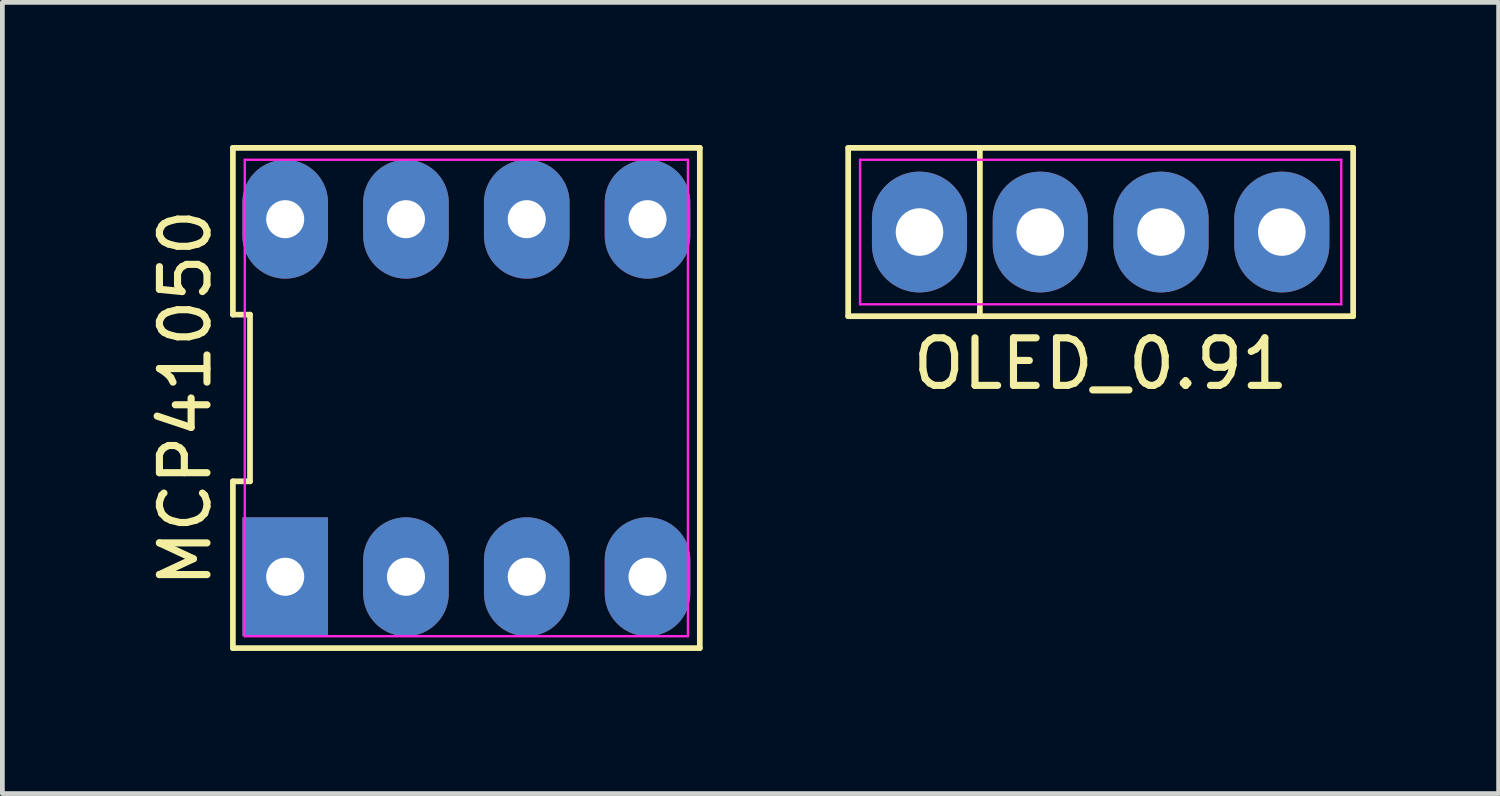
<source format=kicad_pcb>
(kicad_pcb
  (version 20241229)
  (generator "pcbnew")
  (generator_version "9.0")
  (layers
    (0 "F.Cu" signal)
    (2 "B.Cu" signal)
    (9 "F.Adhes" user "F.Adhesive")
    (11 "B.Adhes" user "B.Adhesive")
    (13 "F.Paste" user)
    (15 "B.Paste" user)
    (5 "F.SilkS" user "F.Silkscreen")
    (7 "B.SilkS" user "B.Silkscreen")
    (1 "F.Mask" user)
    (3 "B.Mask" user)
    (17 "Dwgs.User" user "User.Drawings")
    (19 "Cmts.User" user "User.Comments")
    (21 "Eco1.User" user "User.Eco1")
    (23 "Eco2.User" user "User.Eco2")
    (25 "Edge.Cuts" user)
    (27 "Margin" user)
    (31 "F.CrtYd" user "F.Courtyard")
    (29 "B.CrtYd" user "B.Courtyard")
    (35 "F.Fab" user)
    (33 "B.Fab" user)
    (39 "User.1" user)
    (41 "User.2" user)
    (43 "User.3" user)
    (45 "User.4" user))
  (footprint "MCP41050"
    (layer "F.Cu")
    (at 6.758 5.32)
    (property "Reference" "MCP41050" (at -5.91 0 90) (layer "F.SilkS") (effects (font (size 1 1) (thickness 0.15))))
    (fp_line (start -4.91 -5.26) (end -4.91 -1.753) (stroke (width 0.12) (type solid)) (layer "F.SilkS"))
    (fp_line (start -4.91 -1.753) (end -4.55 -1.753) (stroke (width 0.12) (type solid)) (layer "F.SilkS"))
    (fp_line (start -4.91 1.753) (end -4.91 5.26) (stroke (width 0.12) (type solid)) (layer "F.SilkS"))
    (fp_line (start -4.91 5.26) (end 4.91 5.26) (stroke (width 0.12) (type solid)) (layer "F.SilkS"))
    (fp_line (start -4.55 -1.753) (end -4.55 1.753) (stroke (width 0.12) (type solid)) (layer "F.SilkS"))
    (fp_line (start -4.55 1.753) (end -4.91 1.753) (stroke (width 0.12) (type solid)) (layer "F.SilkS"))
    (fp_line (start 4.91 -5.26) (end -4.91 -5.26) (stroke (width 0.12) (type solid)) (layer "F.SilkS"))
    (fp_line (start 4.91 5.26) (end 4.91 -5.26) (stroke (width 0.12) (type solid)) (layer "F.SilkS"))
    (fp_line (start -4.66 -5.01) (end 4.66 -5.01) (stroke (width 0.05) (type solid)) (layer "F.CrtYd"))
    (fp_line (start -4.66 5.01) (end -4.66 -5.01) (stroke (width 0.05) (type solid)) (layer "F.CrtYd"))
    (fp_line (start 4.66 -5.01) (end 4.66 5.01) (stroke (width 0.05) (type solid)) (layer "F.CrtYd"))
    (fp_line (start 4.66 5.01) (end -4.66 5.01) (stroke (width 0.05) (type solid)) (layer "F.CrtYd"))
    (pad "1" thru_hole rect (at -3.81 3.76) (size 1.8 2.5) (drill 0.8) (layers "*.Cu" "*.Mask"))
    (pad "2" thru_hole oval (at -1.27 3.76) (size 1.8 2.5) (drill 0.8) (layers "*.Cu" "*.Mask"))
    (pad "3" thru_hole oval (at 1.27 3.76) (size 1.8 2.5) (drill 0.8) (layers "*.Cu" "*.Mask"))
    (pad "4" thru_hole oval (at 3.81 3.76) (size 1.8 2.5) (drill 0.8) (layers "*.Cu" "*.Mask"))
    (pad "5" thru_hole oval (at 3.81 -3.76) (size 1.8 2.5) (drill 0.8) (layers "*.Cu" "*.Mask"))
    (pad "6" thru_hole oval (at 1.27 -3.76) (size 1.8 2.5) (drill 0.8) (layers "*.Cu" "*.Mask"))
    (pad "7" thru_hole oval (at -1.27 -3.76) (size 1.8 2.5) (drill 0.8) (layers "*.Cu" "*.Mask"))
    (pad "8" thru_hole oval (at -3.81 -3.76) (size 1.8 2.5) (drill 0.8) (layers "*.Cu" "*.Mask")))
  (footprint "OLED_0.91"
    (layer "F.Cu")
    (at 20.098 1.83)
    (property "Reference" "OLED_0.91" (at 0 2.77 0) (layer "F.SilkS") (effects (font (size 1 1) (thickness 0.15))))
    (fp_line (start -5.31 -1.77) (end 5.31 -1.77) (stroke (width 0.12) (type solid)) (layer "F.SilkS"))
    (fp_line (start -5.31 1.77) (end -5.31 -1.77) (stroke (width 0.12) (type solid)) (layer "F.SilkS"))
    (fp_line (start -2.54 -1.77) (end -2.54 1.77) (stroke (width 0.12) (type solid)) (layer "F.SilkS"))
    (fp_line (start 5.31 -1.77) (end 5.31 1.77) (stroke (width 0.12) (type solid)) (layer "F.SilkS"))
    (fp_line (start 5.31 1.77) (end -5.31 1.77) (stroke (width 0.12) (type solid)) (layer "F.SilkS"))
    (fp_line (start -5.06 -1.52) (end 5.06 -1.52) (stroke (width 0.05) (type solid)) (layer "F.CrtYd"))
    (fp_line (start -5.06 1.52) (end -5.06 -1.52) (stroke (width 0.05) (type solid)) (layer "F.CrtYd"))
    (fp_line (start 5.06 -1.52) (end 5.06 1.52) (stroke (width 0.05) (type solid)) (layer "F.CrtYd"))
    (fp_line (start 5.06 1.52) (end -5.06 1.52) (stroke (width 0.05) (type solid)) (layer "F.CrtYd"))
    (pad "1" thru_hole oval (at -3.81 0) (size 2 2.54) (drill 1) (layers "*.Cu" "*.Mask"))
    (pad "2" thru_hole oval (at -1.27 0) (size 2 2.54) (drill 1) (layers "*.Cu" "*.Mask"))
    (pad "3" thru_hole oval (at 1.27 0) (size 2 2.54) (drill 1) (layers "*.Cu" "*.Mask"))
    (pad "4" thru_hole oval (at 3.81 0) (size 2 2.54) (drill 1) (layers "*.Cu" "*.Mask")))
  (gr_rect
    (start -3 -3)
    (end 28.468 13.64)
    (stroke (width 0.1) (type default))
    (fill no)
    (layer "Edge.Cuts")))
</source>
